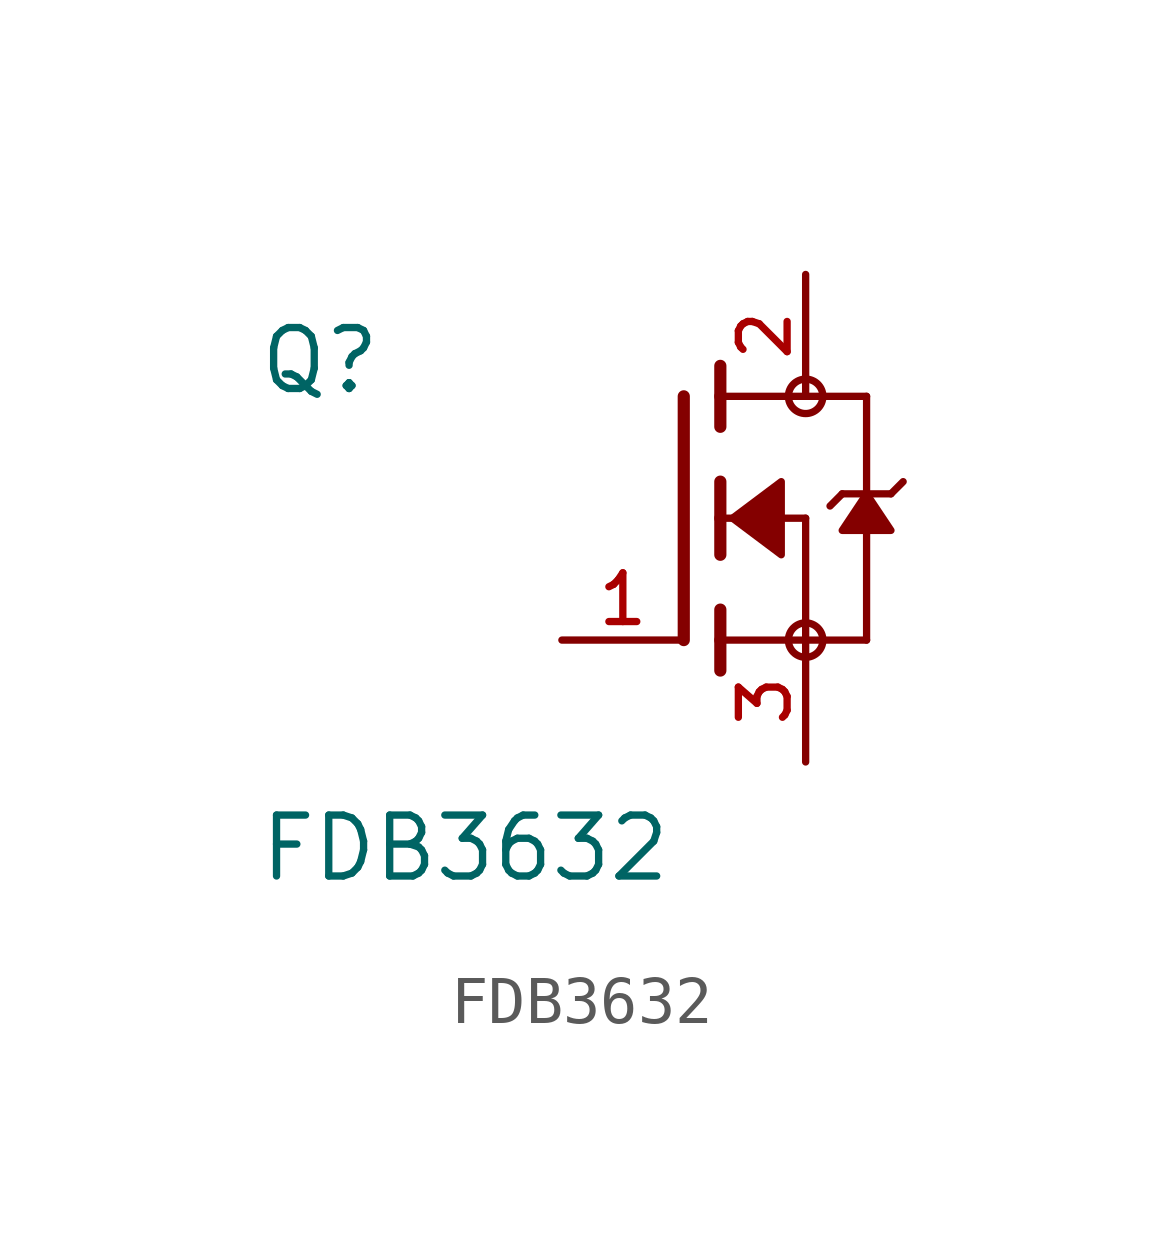
<source format=kicad_sym>
(kicad_symbol_lib
  (version 20211014)
  (generator kicad_symbol_editor)
  (symbol "FDB3632"
    (pin_names
      (offset 1.016))
    (property "Reference" "Q"
      (at -8.89 2.54 0)
      (effects (font (size 1.27 1.27)) (justify bottom left)))
    (property "Value" "FDB3632"
      (at -8.89 -7.62 0)
      (effects (font (size 1.27 1.27)) (justify bottom left)))
    (symbol "FDB3632_0_0"
      (polyline (pts (xy 0.762 0.762) (xy 0.762 0.0)) (stroke (width 0.254)))
      (polyline (pts (xy 0.762 0.0) (xy 0.762 -0.762)) (stroke (width 0.254)))
      (polyline (pts (xy 0.762 3.175) (xy 0.762 2.54)) (stroke (width 0.254)))
      (polyline (pts (xy 0.762 2.54) (xy 0.762 1.905)) (stroke (width 0.254)))
      (polyline (pts (xy 0.762 0.0) (xy 2.54 0.0)) (stroke (width 0.152)))
      (polyline (pts (xy 2.54 0.0) (xy 2.54 -2.54)) (stroke (width 0.152)))
      (polyline (pts (xy 0.762 -1.905) (xy 0.762 -2.54)) (stroke (width 0.254)))
      (polyline (pts (xy 0.762 -2.54) (xy 0.762 -3.175)) (stroke (width 0.254)))
      (polyline (pts (xy 0.0 2.54) (xy 0.0 -2.54)) (stroke (width 0.254)))
      (polyline (pts (xy 2.54 -2.54) (xy 0.762 -2.54)) (stroke (width 0.152)))
      (polyline (pts (xy 3.81 2.54) (xy 3.81 0.508)) (stroke (width 0.152)))
      (polyline (pts (xy 3.81 0.508) (xy 3.81 -2.54)) (stroke (width 0.152)))
      (polyline (pts (xy 2.54 -2.54) (xy 3.81 -2.54)) (stroke (width 0.152)))
      (polyline (pts (xy 0.762 2.54) (xy 3.81 2.54)) (stroke (width 0.152)))
      (polyline (pts (xy 4.572 0.762) (xy 4.318 0.508)) (stroke (width 0.152)))
      (polyline (pts (xy 4.318 0.508) (xy 3.81 0.508)) (stroke (width 0.152)))
      (polyline (pts (xy 3.81 0.508) (xy 3.302 0.508)) (stroke (width 0.152)))
      (polyline (pts (xy 3.302 0.508) (xy 3.048 0.254)) (stroke (width 0.152)))
      (circle (center 2.54 -2.54) (radius 0.359) (stroke (width 0.0)) (fill (type none)))
      (circle (center 2.54 2.54) (radius 0.359) (stroke (width 0.0)) (fill (type none)))
      (polyline (pts (xy 3.81 0.508) (xy 3.302 -0.254) (xy 4.318 -0.254) (xy 3.81 0.508)) (stroke (width 0.152)) (fill (type outline)))
      (polyline (pts (xy 1.016 0.0) (xy 2.032 0.762) (xy 2.032 -0.762) (xy 1.016 0.0)) (stroke (width 0.152)) (fill (type outline)))
      (pin passive line (at 2.54 -5.08 90.0) (length 2.54) (name "~" (effects (font (size 1.016 1.016)))) (number "3" (effects (font (size 1.016 1.016)))))
      (pin passive line (at -2.54 -2.54 0) (length 2.54) (name "~" (effects (font (size 1.016 1.016)))) (number "1" (effects (font (size 1.016 1.016)))))
      (pin passive line (at 2.54 5.08 270.0) (length 2.54) (name "~" (effects (font (size 1.016 1.016)))) (number "2" (effects (font (size 1.016 1.016))))))))
</source>
